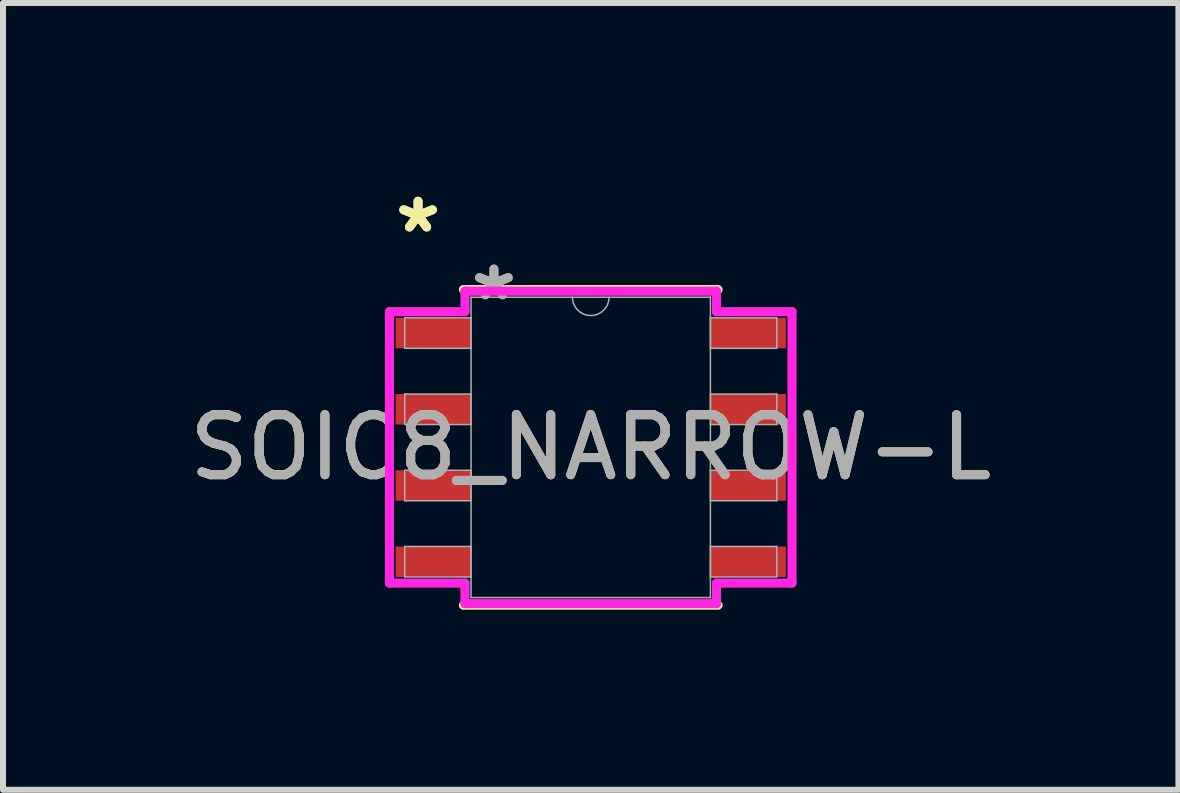
<source format=kicad_pcb>
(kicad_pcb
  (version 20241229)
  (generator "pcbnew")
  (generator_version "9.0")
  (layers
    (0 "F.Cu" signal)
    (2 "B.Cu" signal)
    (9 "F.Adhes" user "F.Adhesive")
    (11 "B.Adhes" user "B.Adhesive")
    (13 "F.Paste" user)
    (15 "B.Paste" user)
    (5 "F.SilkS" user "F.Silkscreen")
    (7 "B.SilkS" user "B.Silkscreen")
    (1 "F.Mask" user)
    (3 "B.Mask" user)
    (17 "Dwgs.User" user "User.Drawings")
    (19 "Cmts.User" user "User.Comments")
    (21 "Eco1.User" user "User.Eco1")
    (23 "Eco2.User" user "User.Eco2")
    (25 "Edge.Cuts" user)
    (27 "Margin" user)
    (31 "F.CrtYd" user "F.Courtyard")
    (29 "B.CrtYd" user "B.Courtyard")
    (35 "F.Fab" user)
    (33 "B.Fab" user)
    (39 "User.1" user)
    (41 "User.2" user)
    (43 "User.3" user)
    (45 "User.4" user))
  (footprint "SOIC8_NARROW-L"
    (layer "F.Cu")
    (at 6.792 4.404)
    (property "Reference" "SOIC8_NARROW-L" (at 0 0 0) (unlocked yes) (layer "F.SilkS") (effects (font (size 1 1) (thickness 0.15))))
    (attr smd)
    (fp_line (start -2.121 2.629) (end 2.121 2.629) (stroke (width 0.152) (type solid)) (layer "F.SilkS"))
    (fp_line (start 2.121 -2.629) (end -2.121 -2.629) (stroke (width 0.152) (type solid)) (layer "F.SilkS"))
    (fp_line (start -3.353 -2.261) (end -2.095 -2.261) (stroke (width 0.152) (type solid)) (layer "F.CrtYd"))
    (fp_line (start -3.353 2.261) (end -3.353 -2.261) (stroke (width 0.152) (type solid)) (layer "F.CrtYd"))
    (fp_line (start -3.353 2.261) (end -2.095 2.261) (stroke (width 0.152) (type solid)) (layer "F.CrtYd"))
    (fp_line (start -2.095 -2.603) (end 2.095 -2.603) (stroke (width 0.152) (type solid)) (layer "F.CrtYd"))
    (fp_line (start -2.095 -2.261) (end -2.095 -2.603) (stroke (width 0.152) (type solid)) (layer "F.CrtYd"))
    (fp_line (start -2.095 2.603) (end -2.095 2.261) (stroke (width 0.152) (type solid)) (layer "F.CrtYd"))
    (fp_line (start 2.095 -2.603) (end 2.095 -2.261) (stroke (width 0.152) (type solid)) (layer "F.CrtYd"))
    (fp_line (start 2.095 2.261) (end 2.095 2.603) (stroke (width 0.152) (type solid)) (layer "F.CrtYd"))
    (fp_line (start 2.095 2.603) (end -2.095 2.603) (stroke (width 0.152) (type solid)) (layer "F.CrtYd"))
    (fp_line (start 3.353 -2.261) (end 2.095 -2.261) (stroke (width 0.152) (type solid)) (layer "F.CrtYd"))
    (fp_line (start 3.353 -2.261) (end 3.353 2.261) (stroke (width 0.152) (type solid)) (layer "F.CrtYd"))
    (fp_line (start 3.353 2.261) (end 2.095 2.261) (stroke (width 0.152) (type solid)) (layer "F.CrtYd"))
    (fp_line (start -3.099 -2.159) (end -3.099 -1.651) (stroke (width 0.025) (type solid)) (layer "F.Fab"))
    (fp_line (start -3.099 -1.651) (end -1.994 -1.651) (stroke (width 0.025) (type solid)) (layer "F.Fab"))
    (fp_line (start -3.099 -0.889) (end -3.099 -0.381) (stroke (width 0.025) (type solid)) (layer "F.Fab"))
    (fp_line (start -3.099 -0.381) (end -1.994 -0.381) (stroke (width 0.025) (type solid)) (layer "F.Fab"))
    (fp_line (start -3.099 0.381) (end -3.099 0.889) (stroke (width 0.025) (type solid)) (layer "F.Fab"))
    (fp_line (start -3.099 0.889) (end -1.994 0.889) (stroke (width 0.025) (type solid)) (layer "F.Fab"))
    (fp_line (start -3.099 1.651) (end -3.099 2.159) (stroke (width 0.025) (type solid)) (layer "F.Fab"))
    (fp_line (start -3.099 2.159) (end -1.994 2.159) (stroke (width 0.025) (type solid)) (layer "F.Fab"))
    (fp_line (start -1.994 -2.502) (end -1.994 2.502) (stroke (width 0.025) (type solid)) (layer "F.Fab"))
    (fp_line (start -1.994 -2.159) (end -3.099 -2.159) (stroke (width 0.025) (type solid)) (layer "F.Fab"))
    (fp_line (start -1.994 -1.651) (end -1.994 -2.159) (stroke (width 0.025) (type solid)) (layer "F.Fab"))
    (fp_line (start -1.994 -0.889) (end -3.099 -0.889) (stroke (width 0.025) (type solid)) (layer "F.Fab"))
    (fp_line (start -1.994 -0.381) (end -1.994 -0.889) (stroke (width 0.025) (type solid)) (layer "F.Fab"))
    (fp_line (start -1.994 0.381) (end -3.099 0.381) (stroke (width 0.025) (type solid)) (layer "F.Fab"))
    (fp_line (start -1.994 0.889) (end -1.994 0.381) (stroke (width 0.025) (type solid)) (layer "F.Fab"))
    (fp_line (start -1.994 1.651) (end -3.099 1.651) (stroke (width 0.025) (type solid)) (layer "F.Fab"))
    (fp_line (start -1.994 2.159) (end -1.994 1.651) (stroke (width 0.025) (type solid)) (layer "F.Fab"))
    (fp_line (start -1.994 2.502) (end 1.994 2.502) (stroke (width 0.025) (type solid)) (layer "F.Fab"))
    (fp_line (start 1.994 -2.502) (end -1.994 -2.502) (stroke (width 0.025) (type solid)) (layer "F.Fab"))
    (fp_line (start 1.994 -2.159) (end 1.994 -1.651) (stroke (width 0.025) (type solid)) (layer "F.Fab"))
    (fp_line (start 1.994 -1.651) (end 3.099 -1.651) (stroke (width 0.025) (type solid)) (layer "F.Fab"))
    (fp_line (start 1.994 -0.889) (end 1.994 -0.381) (stroke (width 0.025) (type solid)) (layer "F.Fab"))
    (fp_line (start 1.994 -0.381) (end 3.099 -0.381) (stroke (width 0.025) (type solid)) (layer "F.Fab"))
    (fp_line (start 1.994 0.381) (end 1.994 0.889) (stroke (width 0.025) (type solid)) (layer "F.Fab"))
    (fp_line (start 1.994 0.889) (end 3.099 0.889) (stroke (width 0.025) (type solid)) (layer "F.Fab"))
    (fp_line (start 1.994 1.651) (end 1.994 2.159) (stroke (width 0.025) (type solid)) (layer "F.Fab"))
    (fp_line (start 1.994 2.159) (end 3.099 2.159) (stroke (width 0.025) (type solid)) (layer "F.Fab"))
    (fp_line (start 1.994 2.502) (end 1.994 -2.502) (stroke (width 0.025) (type solid)) (layer "F.Fab"))
    (fp_line (start 3.099 -2.159) (end 1.994 -2.159) (stroke (width 0.025) (type solid)) (layer "F.Fab"))
    (fp_line (start 3.099 -1.651) (end 3.099 -2.159) (stroke (width 0.025) (type solid)) (layer "F.Fab"))
    (fp_line (start 3.099 -0.889) (end 1.994 -0.889) (stroke (width 0.025) (type solid)) (layer "F.Fab"))
    (fp_line (start 3.099 -0.381) (end 3.099 -0.889) (stroke (width 0.025) (type solid)) (layer "F.Fab"))
    (fp_line (start 3.099 0.381) (end 1.994 0.381) (stroke (width 0.025) (type solid)) (layer "F.Fab"))
    (fp_line (start 3.099 0.889) (end 3.099 0.381) (stroke (width 0.025) (type solid)) (layer "F.Fab"))
    (fp_line (start 3.099 1.651) (end 1.994 1.651) (stroke (width 0.025) (type solid)) (layer "F.Fab"))
    (fp_line (start 3.099 2.159) (end 3.099 1.651) (stroke (width 0.025) (type solid)) (layer "F.Fab"))
    (fp_arc (start 0.3048 -2.5019) (mid 0 -2.1971) (end -0.3048 -2.5019) (stroke (width 0.0254) (type solid)) (layer "F.Fab"))
    (fp_text user "*" (at -2.877 -3.556 0) (layer "F.SilkS") (effects (font (size 1 1) (thickness 0.15))))
    (fp_text user "*" (at -2.877 -3.556 0) (unlocked yes) (layer "F.SilkS") (effects (font (size 1 1) (thickness 0.15))))
    (fp_text user "${REFERENCE}" (at 0 0 0) (unlocked yes) (layer "F.Fab") (effects (font (size 1 1) (thickness 0.15))))
    (fp_text user "*" (at -1.613 -2.426 0) (layer "F.Fab") (effects (font (size 1 1) (thickness 0.15))))
    (fp_text user "*" (at -1.613 -2.426 0) (unlocked yes) (layer "F.Fab") (effects (font (size 1 1) (thickness 0.15))))
    (pad "1" smd rect (at -2.623 -1.905) (size 1.257 0.508) (layers "F.Cu" "F.Mask" "F.Paste"))
    (pad "2" smd rect (at -2.623 -0.635) (size 1.257 0.508) (layers "F.Cu" "F.Mask" "F.Paste"))
    (pad "3" smd rect (at -2.623 0.635) (size 1.257 0.508) (layers "F.Cu" "F.Mask" "F.Paste"))
    (pad "4" smd rect (at -2.623 1.905) (size 1.257 0.508) (layers "F.Cu" "F.Mask" "F.Paste"))
    (pad "5" smd rect (at 2.623 1.905) (size 1.257 0.508) (layers "F.Cu" "F.Mask" "F.Paste"))
    (pad "6" smd rect (at 2.623 0.635) (size 1.257 0.508) (layers "F.Cu" "F.Mask" "F.Paste"))
    (pad "7" smd rect (at 2.623 -0.635) (size 1.257 0.508) (layers "F.Cu" "F.Mask" "F.Paste"))
    (pad "8" smd rect (at 2.623 -1.905) (size 1.257 0.508) (layers "F.Cu" "F.Mask" "F.Paste")))
  (gr_rect
    (start -3 -3)
    (end 16.583 10.109)
    (stroke (width 0.1) (type default))
    (fill no)
    (layer "Edge.Cuts")))
</source>
